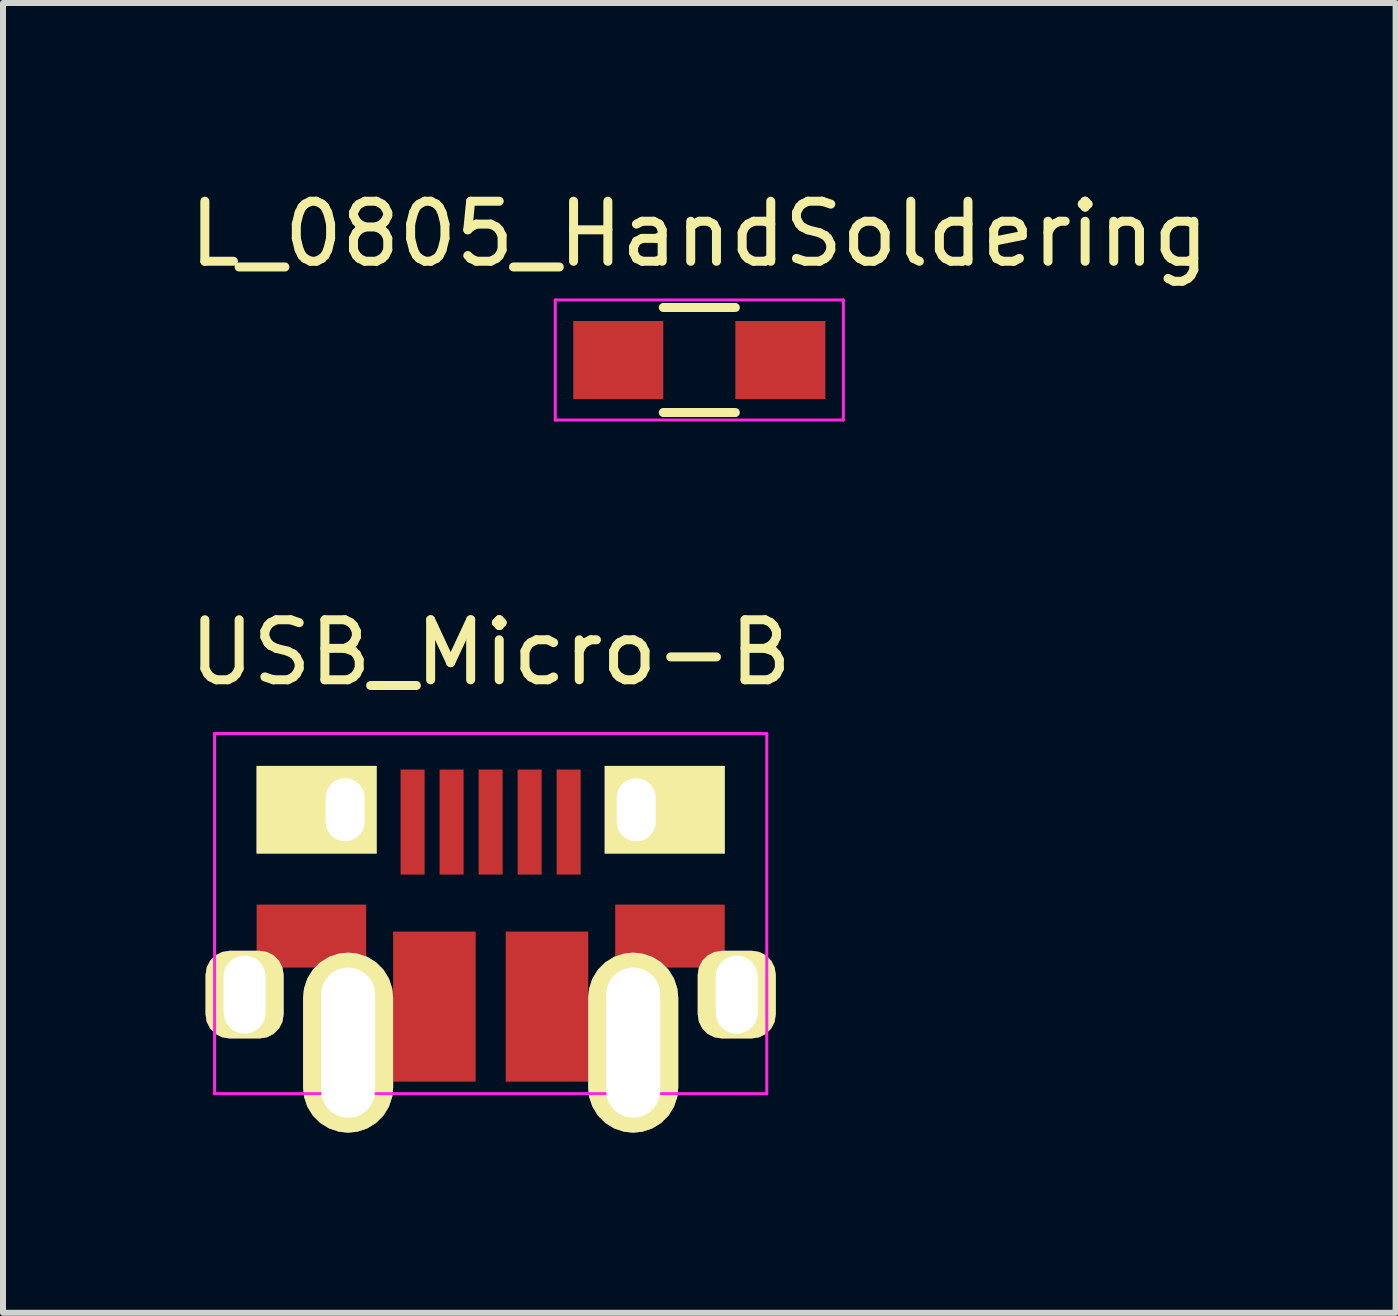
<source format=kicad_pcb>
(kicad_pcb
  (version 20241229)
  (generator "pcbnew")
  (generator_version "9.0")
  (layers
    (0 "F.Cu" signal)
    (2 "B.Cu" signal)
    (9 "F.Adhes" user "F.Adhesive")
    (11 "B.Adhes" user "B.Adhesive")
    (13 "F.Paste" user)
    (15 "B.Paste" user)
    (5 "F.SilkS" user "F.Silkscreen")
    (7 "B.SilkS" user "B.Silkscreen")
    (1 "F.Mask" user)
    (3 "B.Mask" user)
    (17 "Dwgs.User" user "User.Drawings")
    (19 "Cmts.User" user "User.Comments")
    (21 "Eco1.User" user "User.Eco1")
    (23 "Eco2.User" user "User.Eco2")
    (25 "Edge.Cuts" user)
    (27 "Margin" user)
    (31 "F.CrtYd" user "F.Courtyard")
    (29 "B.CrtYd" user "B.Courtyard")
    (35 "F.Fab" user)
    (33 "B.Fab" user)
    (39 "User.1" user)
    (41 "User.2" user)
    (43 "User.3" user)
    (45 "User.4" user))
  (footprint "USB_Micro-B"
    (layer "F.Cu")
    (at 5.125 15.171)
    (property "Reference" "USB_Micro-B" (at 0 -7.35 0) (layer "F.SilkS") (effects (font (size 1 1) (thickness 0.15))))
    (attr smd)
    (fp_line (start -4.6 -6) (end 4.6 -6) (stroke (width 0.05) (type solid)) (layer "F.CrtYd"))
    (fp_line (start -4.6 0) (end -4.6 -6) (stroke (width 0.05) (type solid)) (layer "F.CrtYd"))
    (fp_line (start 4.6 -6) (end 4.6 0) (stroke (width 0.05) (type solid)) (layer "F.CrtYd"))
    (fp_line (start 4.6 0) (end -4.6 0) (stroke (width 0.05) (type solid)) (layer "F.CrtYd"))
    (pad "" np_thru_hole roundrect (at -2.375 -0.85) (size 1.5 3) (drill oval 0.9 2.5) (layers "*.Cu" "*.Mask" "F.SilkS") (roundrect_rratio 0.5))
    (pad "" np_thru_hole roundrect (at 2.375 -0.85) (size 1.5 3) (drill oval 0.9 2.5) (layers "*.Cu" "*.Mask" "F.SilkS") (roundrect_rratio 0.5))
    (pad "1" smd rect (at 1.299 -4.525) (size 0.4 1.75) (layers "F.Cu" "F.Mask" "F.Paste"))
    (pad "2" smd rect (at 0.649 -4.525) (size 0.4 1.75) (layers "F.Cu" "F.Mask" "F.Paste"))
    (pad "3" smd rect (at -0.001 -4.525) (size 0.4 1.75) (layers "F.Cu" "F.Mask" "F.Paste"))
    (pad "4" smd rect (at -0.651 -4.525) (size 0.4 1.75) (layers "F.Cu" "F.Mask" "F.Paste"))
    (pad "5" smd rect (at -1.301 -4.525) (size 0.4 1.75) (layers "F.Cu" "F.Mask" "F.Paste"))
    (pad "6" thru_hole roundrect (at -4.1 -1.65) (size 1.3 1.46) (drill oval 0.7 1.3) (layers "F.Cu" "F.Mask" "F.SilkS") (roundrect_rratio 0.308))
    (pad "6" smd rect (at -2.987 -2.625) (size 1.825 1.05) (layers "F.Cu" "F.Mask" "F.Paste"))
    (pad "6" thru_hole rect (at -2.425 -4.73) (size 2 1.46) (drill oval 0.65 1.05 (offset -0.475 0)) (layers "F.Cu" "F.Mask" "F.SilkS"))
    (pad "6" smd rect (at -0.938 -1.45) (size 1.375 2.5) (layers "F.Cu" "F.Mask" "F.Paste"))
    (pad "6" smd rect (at 0.938 -1.45) (size 1.375 2.5) (layers "F.Cu" "F.Mask" "F.Paste"))
    (pad "6" thru_hole rect (at 2.425 -4.73) (size 2 1.46) (drill oval 0.65 1.05 (offset 0.475 0)) (layers "F.Cu" "F.Mask" "F.SilkS"))
    (pad "6" smd rect (at 2.987 -2.625) (size 1.825 1.05) (layers "F.Cu" "F.Mask" "F.Paste"))
    (pad "6" thru_hole roundrect (at 4.1 -1.65) (size 1.3 1.46) (drill oval 0.7 1.3) (layers "F.Cu" "F.Mask" "F.SilkS") (roundrect_rratio 0.308)))
  (footprint "L_0805_HandSoldering"
    (layer "F.Cu")
    (at 8.601 2.948)
    (property "Reference" "L_0805_HandSoldering" (at 0 -2.1 0) (layer "F.SilkS") (effects (font (size 1 1) (thickness 0.15))))
    (attr smd)
    (fp_line (start -0.6 -0.875) (end 0.6 -0.875) (stroke (width 0.15) (type solid)) (layer "F.SilkS"))
    (fp_line (start 0.6 0.875) (end -0.6 0.875) (stroke (width 0.15) (type solid)) (layer "F.SilkS"))
    (fp_line (start -2.4 -1) (end -2.4 1) (stroke (width 0.05) (type solid)) (layer "F.CrtYd"))
    (fp_line (start -2.4 -1) (end 2.4 -1) (stroke (width 0.05) (type solid)) (layer "F.CrtYd"))
    (fp_line (start -2.4 1) (end 2.4 1) (stroke (width 0.05) (type solid)) (layer "F.CrtYd"))
    (fp_line (start 2.4 -1) (end 2.4 1) (stroke (width 0.05) (type solid)) (layer "F.CrtYd"))
    (pad "1" smd rect (at -1.35 0) (size 1.5 1.3) (layers "F.Cu" "F.Mask" "F.Paste"))
    (pad "2" smd rect (at 1.35 0) (size 1.5 1.3) (layers "F.Cu" "F.Mask" "F.Paste")))
  (gr_rect
    (start -3 -3)
    (end 20.202 18.822)
    (stroke (width 0.1) (type default))
    (fill no)
    (layer "Edge.Cuts")))
</source>
